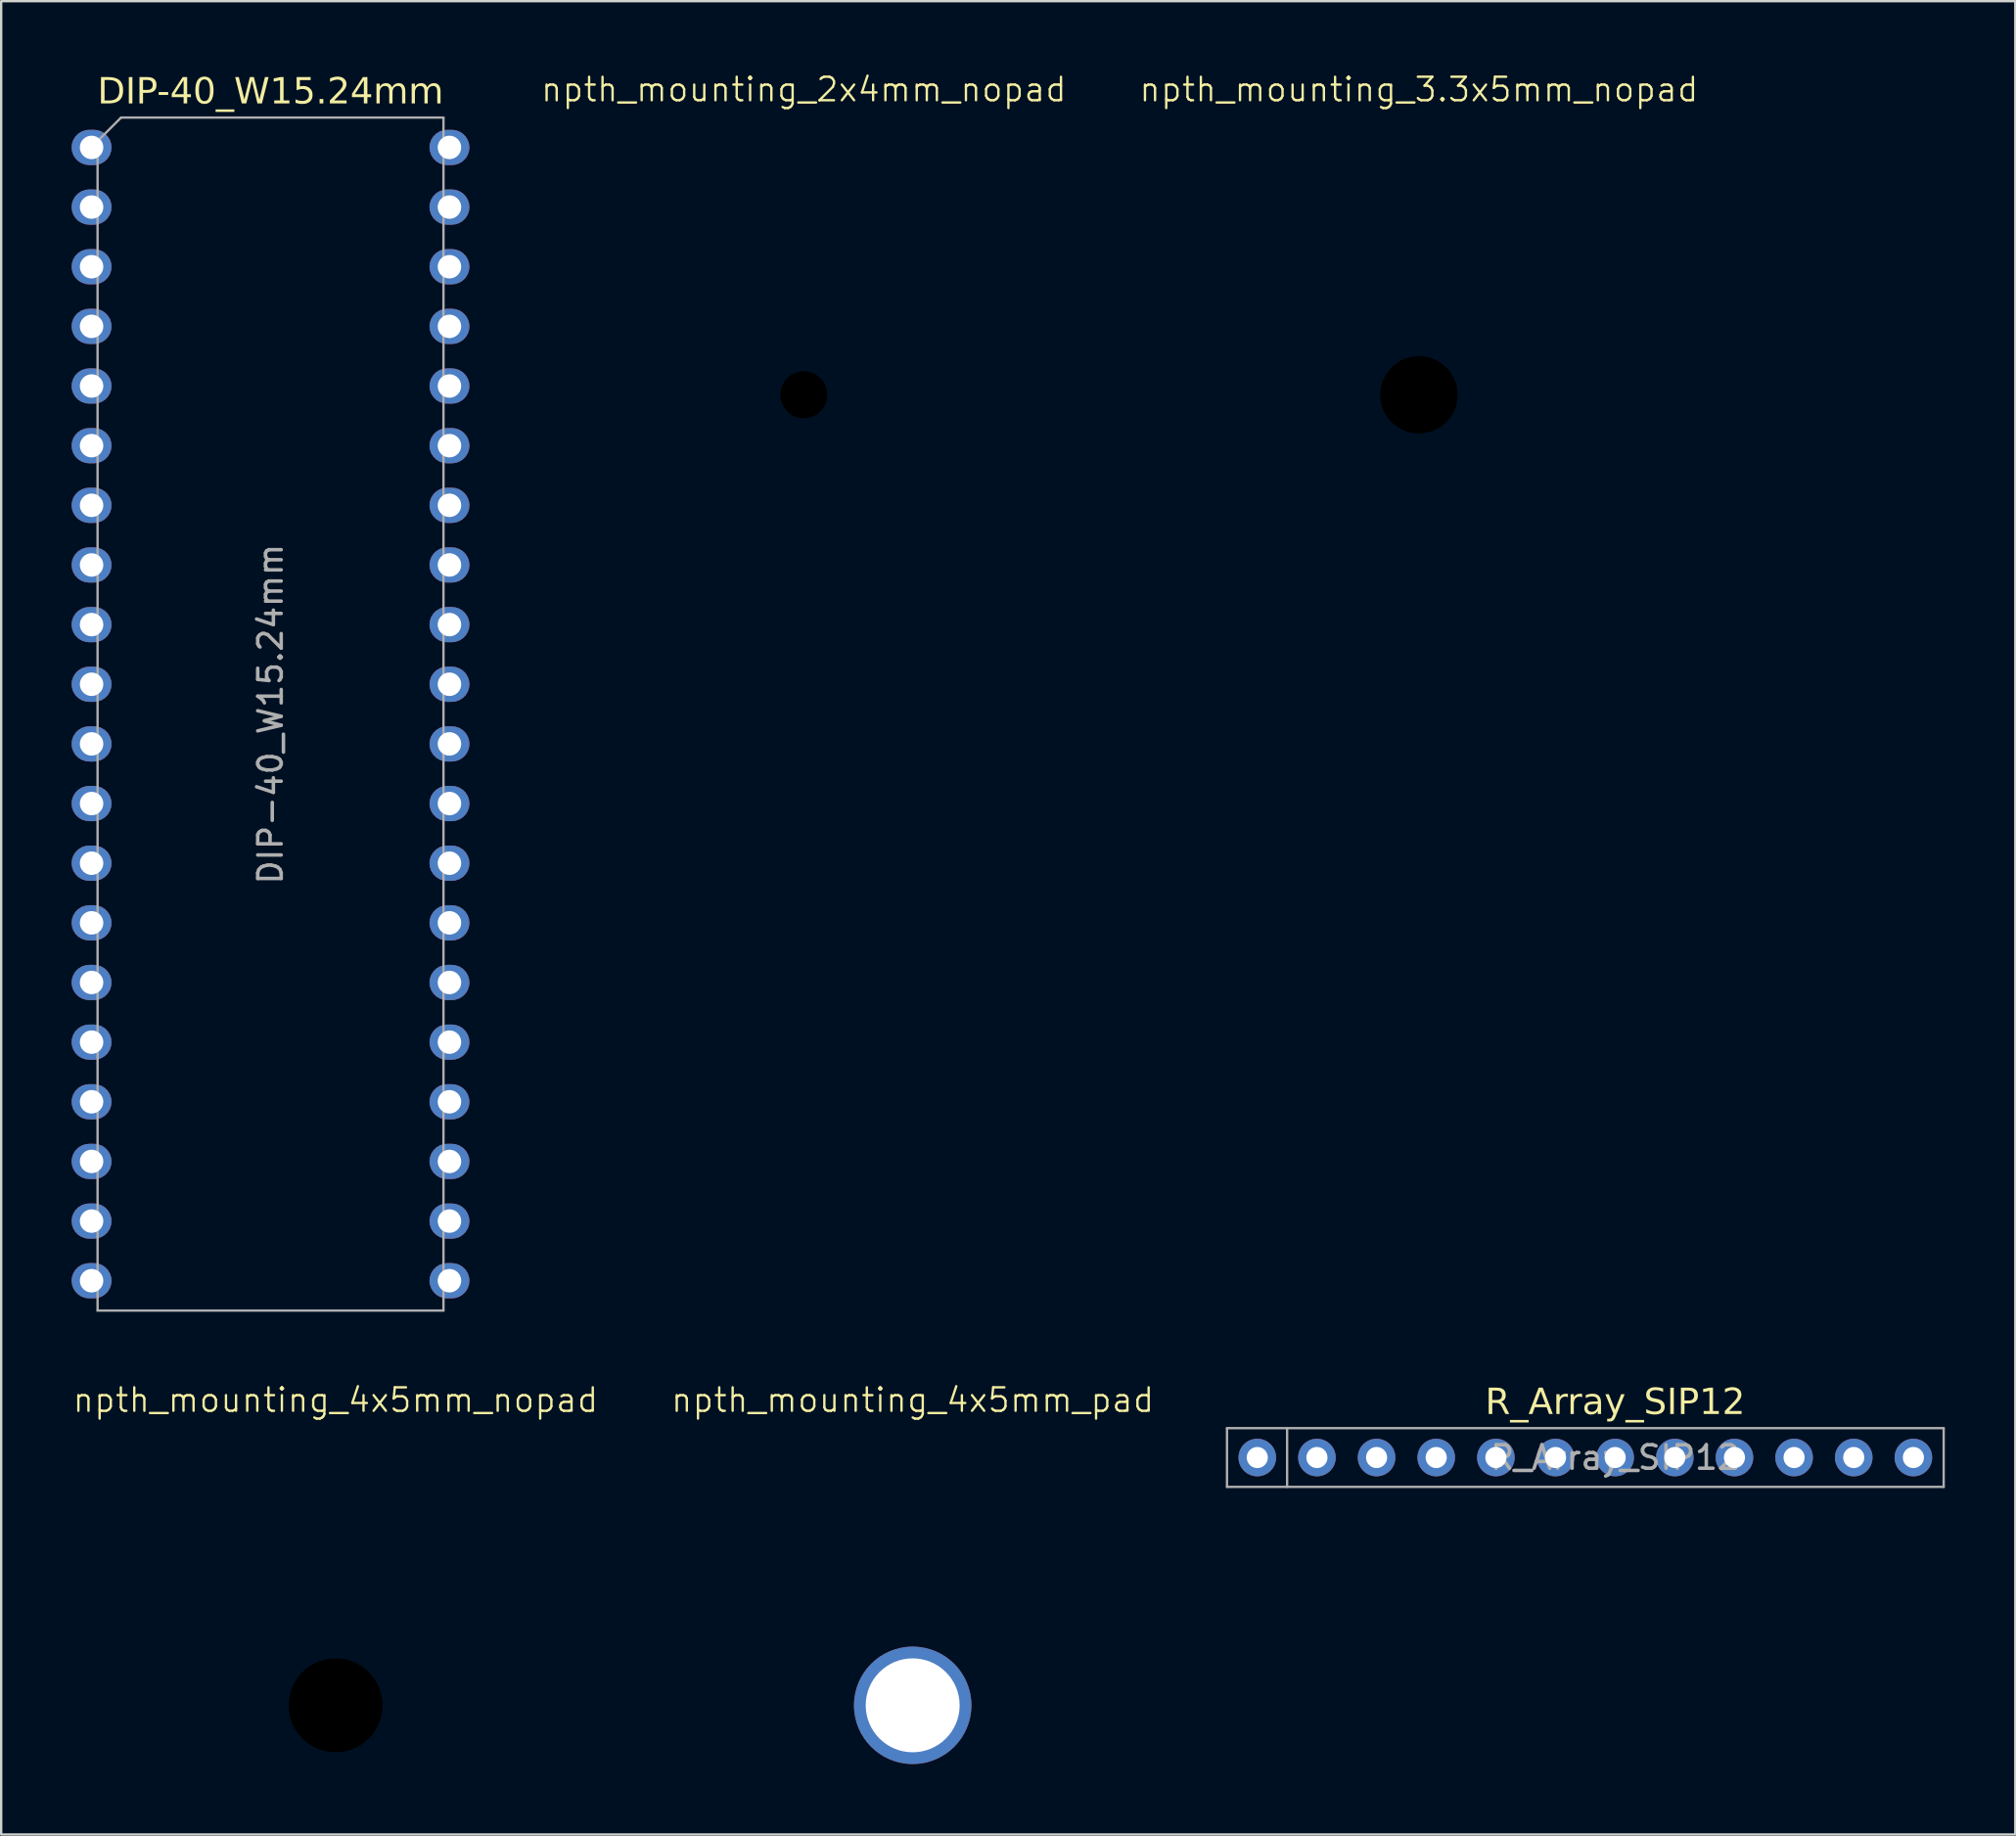
<source format=kicad_pcb>
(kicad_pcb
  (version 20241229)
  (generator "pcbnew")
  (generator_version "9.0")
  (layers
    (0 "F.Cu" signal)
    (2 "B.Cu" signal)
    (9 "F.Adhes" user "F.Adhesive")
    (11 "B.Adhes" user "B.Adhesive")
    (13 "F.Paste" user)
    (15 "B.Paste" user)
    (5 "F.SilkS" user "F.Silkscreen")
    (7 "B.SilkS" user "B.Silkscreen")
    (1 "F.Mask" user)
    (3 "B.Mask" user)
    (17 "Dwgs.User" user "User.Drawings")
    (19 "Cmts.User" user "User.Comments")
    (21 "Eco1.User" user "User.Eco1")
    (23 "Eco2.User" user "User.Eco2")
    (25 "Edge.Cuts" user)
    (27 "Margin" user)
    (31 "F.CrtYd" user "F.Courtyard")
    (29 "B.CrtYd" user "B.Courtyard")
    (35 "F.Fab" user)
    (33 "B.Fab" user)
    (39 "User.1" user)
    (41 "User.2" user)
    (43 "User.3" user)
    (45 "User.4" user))
  (footprint "npth_mounting_2x4mm_nopad"
    (layer "F.Cu")
    (at 31.18 13.761)
    (property "Reference" "npth_mounting_2x4mm_nopad" (at 0 -13 0) (unlocked yes) (layer "F.SilkS") (effects (font (size 1 1) (thickness 0.1))))
    (attr through_hole)
    (pad "" np_thru_hole circle (at 0 0) (size 4 4) (drill 2) (layers "*.Mask")))
  (footprint "R_Array_SIP12"
    (layer "F.Cu")
    (at 50.492 59.017)
    (property "Reference" "R_Array_SIP12" (at 15.24 -2.31 0) (layer "F.SilkS") (effects (font (face "FMD_PCB") (size 1.1 1.1) (thickness 0.15))))
    (attr through_hole)
    (fp_line (start -1.29 -1.25) (end -1.29 1.25) (stroke (width 0.1) (type solid)) (layer "F.Fab"))
    (fp_line (start -1.29 1.25) (end 29.23 1.25) (stroke (width 0.1) (type solid)) (layer "F.Fab"))
    (fp_line (start 1.27 -1.25) (end 1.27 1.25) (stroke (width 0.1) (type solid)) (layer "F.Fab"))
    (fp_line (start 29.23 -1.25) (end -1.29 -1.25) (stroke (width 0.1) (type solid)) (layer "F.Fab"))
    (fp_line (start 29.23 1.25) (end 29.23 -1.25) (stroke (width 0.1) (type solid)) (layer "F.Fab"))
    (fp_text user "${REFERENCE}" (at 15.24 0 0) (layer "F.Fab") (effects (font (size 1 1) (thickness 0.15))))
    (pad "1" thru_hole circle (at 0 0) (size 1.6 1.6) (drill 0.9) (layers "*.Cu" "*.Mask"))
    (pad "2" thru_hole circle (at 2.54 0) (size 1.6 1.6) (drill 0.9) (layers "*.Cu" "*.Mask"))
    (pad "3" thru_hole circle (at 5.08 0) (size 1.6 1.6) (drill 0.9) (layers "*.Cu" "*.Mask"))
    (pad "4" thru_hole circle (at 7.62 0) (size 1.6 1.6) (drill 0.9) (layers "*.Cu" "*.Mask"))
    (pad "5" thru_hole circle (at 10.16 0) (size 1.6 1.6) (drill 0.9) (layers "*.Cu" "*.Mask"))
    (pad "6" thru_hole circle (at 12.7 0) (size 1.6 1.6) (drill 0.9) (layers "*.Cu" "*.Mask"))
    (pad "7" thru_hole circle (at 15.24 0) (size 1.6 1.6) (drill 0.9) (layers "*.Cu" "*.Mask"))
    (pad "8" thru_hole circle (at 17.78 0) (size 1.6 1.6) (drill 0.9) (layers "*.Cu" "*.Mask"))
    (pad "9" thru_hole circle (at 20.32 0) (size 1.6 1.6) (drill 0.9) (layers "*.Cu" "*.Mask"))
    (pad "10" thru_hole circle (at 22.86 0) (size 1.6 1.6) (drill 0.9) (layers "*.Cu" "*.Mask"))
    (pad "11" thru_hole circle (at 25.4 0) (size 1.6 1.6) (drill 0.9) (layers "*.Cu" "*.Mask"))
    (pad "12" thru_hole circle (at 27.94 0) (size 1.6 1.6) (drill 0.9) (layers "*.Cu" "*.Mask")))
  (footprint "npth_mounting_4x5mm_pad"
    (layer "F.Cu")
    (at 35.817 69.569)
    (property "Reference" "npth_mounting_4x5mm_pad" (at 0 -13 0) (unlocked yes) (layer "F.SilkS") (effects (font (size 1 1) (thickness 0.1))))
    (attr through_hole)
    (pad "1" thru_hole circle (at 0 0) (size 5 5) (drill 4) (property pad_prop_mechanical) (layers "*.Cu" "*.Mask")))
  (footprint "DIP-40_W15.24mm"
    (layer "F.Cu")
    (at 0.85 3.228)
    (property "Reference" "DIP-40_W15.24mm" (at 7.62 -2.33 0) (layer "F.SilkS") (effects (font (face "FMD_PCB") (size 1.1 1.1) (thickness 0.15))))
    (attr through_hole)
    (fp_line (start 0.255 -0.27) (end 1.255 -1.27) (stroke (width 0.1) (type solid)) (layer "F.Fab"))
    (fp_line (start 0.255 49.53) (end 0.255 -0.27) (stroke (width 0.1) (type solid)) (layer "F.Fab"))
    (fp_line (start 1.255 -1.27) (end 14.985 -1.27) (stroke (width 0.1) (type solid)) (layer "F.Fab"))
    (fp_line (start 14.985 -1.27) (end 14.985 49.53) (stroke (width 0.1) (type solid)) (layer "F.Fab"))
    (fp_line (start 14.985 49.53) (end 0.255 49.53) (stroke (width 0.1) (type solid)) (layer "F.Fab"))
    (fp_text user "${REFERENCE}" (at 7.62 24.13 90) (layer "F.Fab") (effects (font (size 1 1) (thickness 0.15))))
    (pad "1" thru_hole roundrect (at 0 0) (size 1.7 1.5) (drill 1) (layers "*.Cu" "*.Mask") (roundrect_rratio 0.5))
    (pad "2" thru_hole roundrect (at 0 2.54) (size 1.7 1.5) (drill 1) (layers "*.Cu" "*.Mask") (roundrect_rratio 0.5))
    (pad "3" thru_hole roundrect (at 0 5.08) (size 1.7 1.5) (drill 1) (layers "*.Cu" "*.Mask") (roundrect_rratio 0.5))
    (pad "4" thru_hole roundrect (at 0 7.62) (size 1.7 1.5) (drill 1) (layers "*.Cu" "*.Mask") (roundrect_rratio 0.5))
    (pad "5" thru_hole roundrect (at 0 10.16) (size 1.7 1.5) (drill 1) (layers "*.Cu" "*.Mask") (roundrect_rratio 0.5))
    (pad "6" thru_hole roundrect (at 0 12.7) (size 1.7 1.5) (drill 1) (layers "*.Cu" "*.Mask") (roundrect_rratio 0.5))
    (pad "7" thru_hole roundrect (at 0 15.24) (size 1.7 1.5) (drill 1) (layers "*.Cu" "*.Mask") (roundrect_rratio 0.5))
    (pad "8" thru_hole roundrect (at 0 17.78) (size 1.7 1.5) (drill 1) (layers "*.Cu" "*.Mask") (roundrect_rratio 0.5))
    (pad "9" thru_hole roundrect (at 0 20.32) (size 1.7 1.5) (drill 1) (layers "*.Cu" "*.Mask") (roundrect_rratio 0.5))
    (pad "10" thru_hole roundrect (at 0 22.86) (size 1.7 1.5) (drill 1) (layers "*.Cu" "*.Mask") (roundrect_rratio 0.5))
    (pad "11" thru_hole roundrect (at 0 25.4) (size 1.7 1.5) (drill 1) (layers "*.Cu" "*.Mask") (roundrect_rratio 0.5))
    (pad "12" thru_hole roundrect (at 0 27.94) (size 1.7 1.5) (drill 1) (layers "*.Cu" "*.Mask") (roundrect_rratio 0.5))
    (pad "13" thru_hole roundrect (at 0 30.48) (size 1.7 1.5) (drill 1) (layers "*.Cu" "*.Mask") (roundrect_rratio 0.5))
    (pad "14" thru_hole roundrect (at 0 33.02) (size 1.7 1.5) (drill 1) (layers "*.Cu" "*.Mask") (roundrect_rratio 0.5))
    (pad "15" thru_hole roundrect (at 0 35.56) (size 1.7 1.5) (drill 1) (layers "*.Cu" "*.Mask") (roundrect_rratio 0.5))
    (pad "16" thru_hole roundrect (at 0 38.1) (size 1.7 1.5) (drill 1) (layers "*.Cu" "*.Mask") (roundrect_rratio 0.5))
    (pad "17" thru_hole roundrect (at 0 40.64) (size 1.7 1.5) (drill 1) (layers "*.Cu" "*.Mask") (roundrect_rratio 0.5))
    (pad "18" thru_hole roundrect (at 0 43.18) (size 1.7 1.5) (drill 1) (layers "*.Cu" "*.Mask") (roundrect_rratio 0.5))
    (pad "19" thru_hole roundrect (at 0 45.72) (size 1.7 1.5) (drill 1) (layers "*.Cu" "*.Mask") (roundrect_rratio 0.5))
    (pad "20" thru_hole roundrect (at 0 48.26) (size 1.7 1.5) (drill 1) (layers "*.Cu" "*.Mask") (roundrect_rratio 0.5))
    (pad "21" thru_hole roundrect (at 15.24 48.26) (size 1.7 1.5) (drill 1) (layers "*.Cu" "*.Mask") (roundrect_rratio 0.5))
    (pad "22" thru_hole roundrect (at 15.24 45.72) (size 1.7 1.5) (drill 1) (layers "*.Cu" "*.Mask") (roundrect_rratio 0.5))
    (pad "23" thru_hole roundrect (at 15.24 43.18) (size 1.7 1.5) (drill 1) (layers "*.Cu" "*.Mask") (roundrect_rratio 0.5))
    (pad "24" thru_hole roundrect (at 15.24 40.64) (size 1.7 1.5) (drill 1) (layers "*.Cu" "*.Mask") (roundrect_rratio 0.5))
    (pad "25" thru_hole roundrect (at 15.24 38.1) (size 1.7 1.5) (drill 1) (layers "*.Cu" "*.Mask") (roundrect_rratio 0.5))
    (pad "26" thru_hole roundrect (at 15.24 35.56) (size 1.7 1.5) (drill 1) (layers "*.Cu" "*.Mask") (roundrect_rratio 0.5))
    (pad "27" thru_hole roundrect (at 15.24 33.02) (size 1.7 1.5) (drill 1) (layers "*.Cu" "*.Mask") (roundrect_rratio 0.5))
    (pad "28" thru_hole roundrect (at 15.24 30.48) (size 1.7 1.5) (drill 1) (layers "*.Cu" "*.Mask") (roundrect_rratio 0.5))
    (pad "29" thru_hole roundrect (at 15.24 27.94) (size 1.7 1.5) (drill 1) (layers "*.Cu" "*.Mask") (roundrect_rratio 0.5))
    (pad "30" thru_hole roundrect (at 15.24 25.4) (size 1.7 1.5) (drill 1) (layers "*.Cu" "*.Mask") (roundrect_rratio 0.5))
    (pad "31" thru_hole roundrect (at 15.24 22.86) (size 1.7 1.5) (drill 1) (layers "*.Cu" "*.Mask") (roundrect_rratio 0.5))
    (pad "32" thru_hole roundrect (at 15.24 20.32) (size 1.7 1.5) (drill 1) (layers "*.Cu" "*.Mask") (roundrect_rratio 0.5))
    (pad "33" thru_hole roundrect (at 15.24 17.78) (size 1.7 1.5) (drill 1) (layers "*.Cu" "*.Mask") (roundrect_rratio 0.5))
    (pad "34" thru_hole roundrect (at 15.24 15.24) (size 1.7 1.5) (drill 1) (layers "*.Cu" "*.Mask") (roundrect_rratio 0.5))
    (pad "35" thru_hole roundrect (at 15.24 12.7) (size 1.7 1.5) (drill 1) (layers "*.Cu" "*.Mask") (roundrect_rratio 0.5))
    (pad "36" thru_hole roundrect (at 15.24 10.16) (size 1.7 1.5) (drill 1) (layers "*.Cu" "*.Mask") (roundrect_rratio 0.5))
    (pad "37" thru_hole roundrect (at 15.24 7.62) (size 1.7 1.5) (drill 1) (layers "*.Cu" "*.Mask") (roundrect_rratio 0.5))
    (pad "38" thru_hole roundrect (at 15.24 5.08) (size 1.7 1.5) (drill 1) (layers "*.Cu" "*.Mask") (roundrect_rratio 0.5))
    (pad "39" thru_hole roundrect (at 15.24 2.54) (size 1.7 1.5) (drill 1) (layers "*.Cu" "*.Mask") (roundrect_rratio 0.5))
    (pad "40" thru_hole roundrect (at 15.24 0) (size 1.7 1.5) (drill 1) (layers "*.Cu" "*.Mask") (roundrect_rratio 0.5)))
  (footprint "npth_mounting_3.3x5mm_nopad"
    (layer "F.Cu")
    (at 57.376 13.761)
    (property "Reference" "npth_mounting_3.3x5mm_nopad" (at 0 -13 0) (unlocked yes) (layer "F.SilkS") (effects (font (size 1 1) (thickness 0.1))))
    (attr through_hole)
    (pad "" np_thru_hole circle (at 0 0) (size 4.3 4.3) (drill 3.3) (layers "*.Mask")))
  (footprint "npth_mounting_4x5mm_nopad"
    (layer "F.Cu")
    (at 11.24 69.569)
    (property "Reference" "npth_mounting_4x5mm_nopad" (at 0 -13 0) (unlocked yes) (layer "F.SilkS") (effects (font (size 1 1) (thickness 0.1))))
    (attr through_hole)
    (pad "" np_thru_hole circle (at 0 0) (size 5 5) (drill 4) (layers "*.Mask")))
  (gr_rect
    (start -3 -3)
    (end 82.772 75.069)
    (stroke (width 0.1) (type default))
    (fill no)
    (layer "Edge.Cuts")))
</source>
